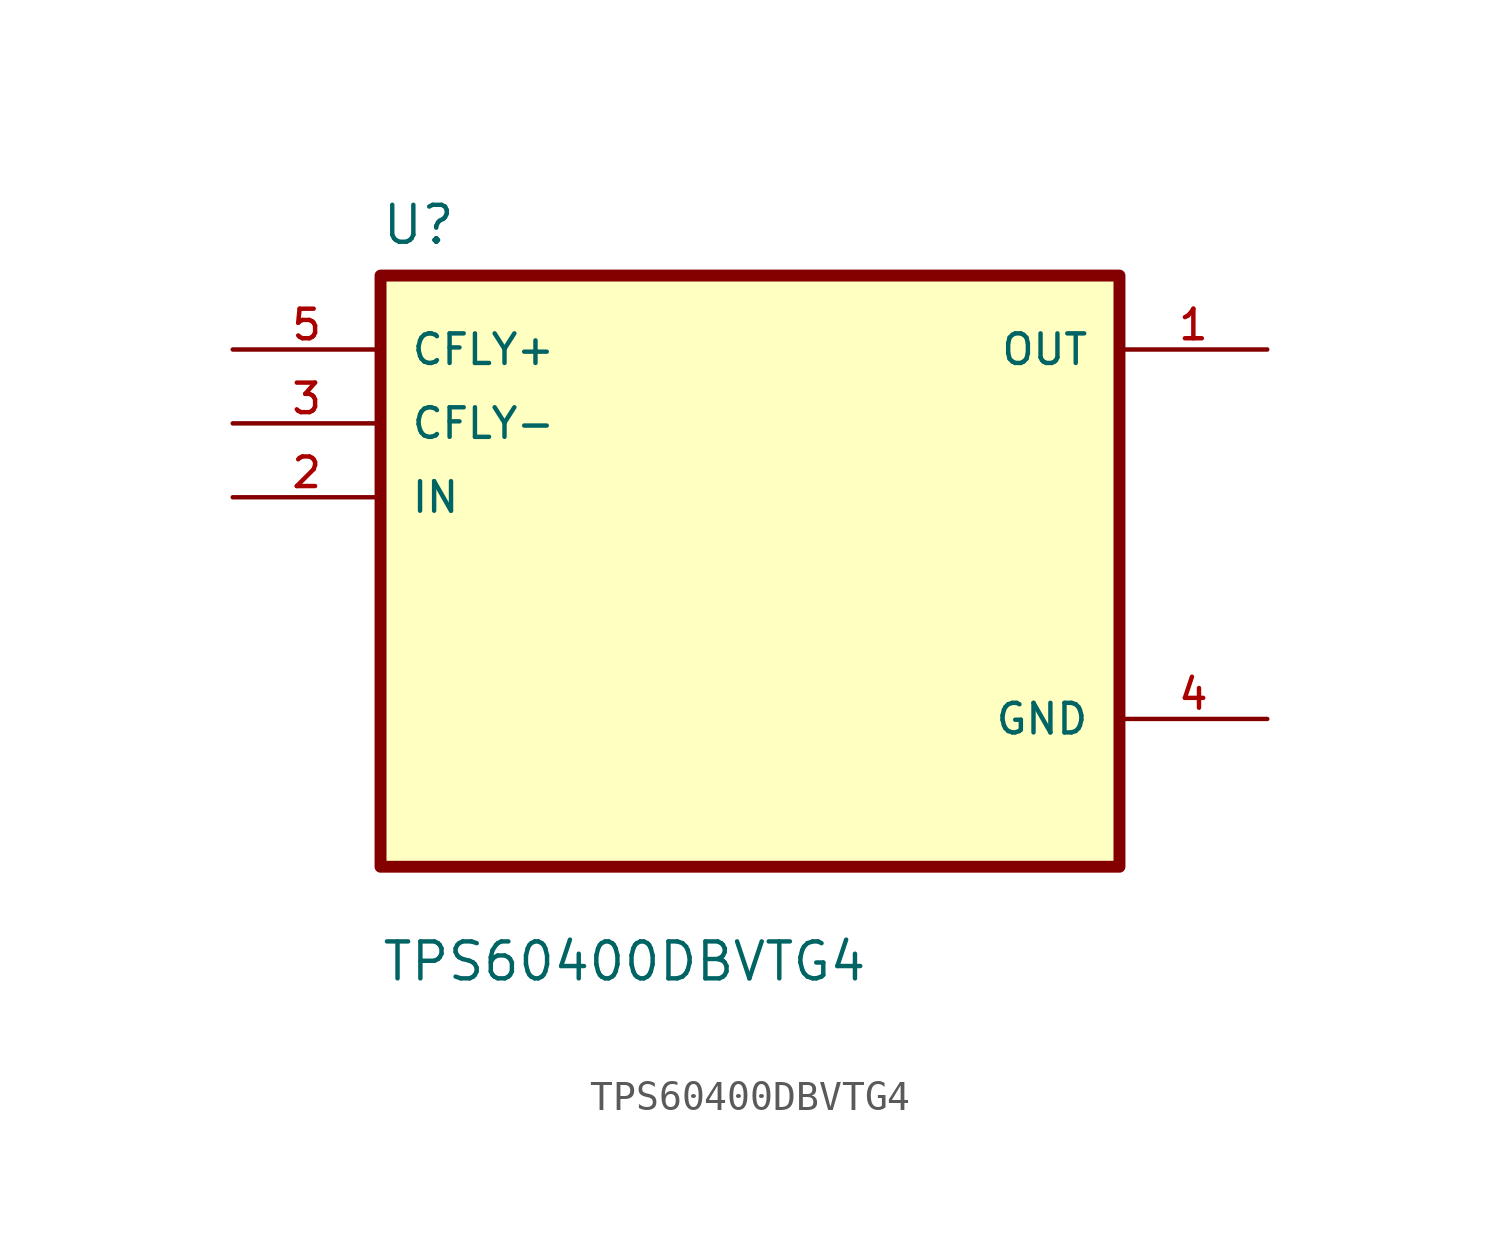
<source format=kicad_sym>
(kicad_symbol_lib
  (version 20231120)
  (generator "kicad_symbol_editor")
  (generator_version "8.0")
  (symbol "TPS60400DBVTG4"
    (pin_names
      (offset 1.016))
    (property "Reference" "U"
      (at -12.7 11.16 0)
      (effects (font (size 1.27 1.27)) (justify left bottom)))
    (property "Value" "TPS60400DBVTG4"
      (at -12.7 -14.16 0)
      (effects (font (size 1.27 1.27)) (justify left bottom)))
    (symbol "TPS60400DBVTG4_0_0"
      (rectangle (start -12.7 -10.16) (end 12.7 10.16) (stroke (width 0.41) (type default)) (fill (type background)))
      (pin input line (at -17.78 2.54 0) (length 5.08) (name "IN" (effects (font (size 1.016 1.016)))) (number "2" (effects (font (size 1.016 1.016)))))
      (pin input line (at -17.78 5.08 0) (length 5.08) (name "CFLY-" (effects (font (size 1.016 1.016)))) (number "3" (effects (font (size 1.016 1.016)))))
      (pin power_in line (at 17.78 -5.08 180) (length 5.08) (name "GND" (effects (font (size 1.016 1.016)))) (number "4" (effects (font (size 1.016 1.016)))))
      (pin input line (at -17.78 7.62 0) (length 5.08) (name "CFLY+" (effects (font (size 1.016 1.016)))) (number "5" (effects (font (size 1.016 1.016))))))
    (symbol "TPS60400DBVTG4_1_0"
      (pin passive line (at 17.78 7.62 180) (length 5.08) (name "OUT" (effects (font (size 1.016 1.016)))) (number "1" (effects (font (size 1.016 1.016))))))))
</source>
